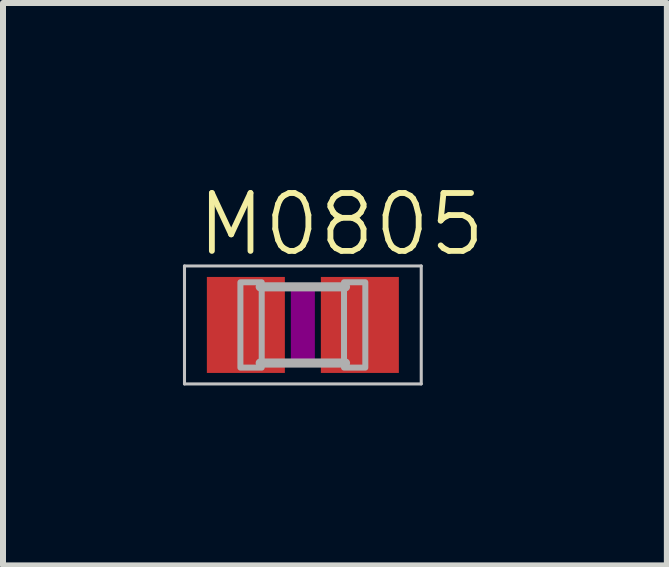
<source format=kicad_pcb>
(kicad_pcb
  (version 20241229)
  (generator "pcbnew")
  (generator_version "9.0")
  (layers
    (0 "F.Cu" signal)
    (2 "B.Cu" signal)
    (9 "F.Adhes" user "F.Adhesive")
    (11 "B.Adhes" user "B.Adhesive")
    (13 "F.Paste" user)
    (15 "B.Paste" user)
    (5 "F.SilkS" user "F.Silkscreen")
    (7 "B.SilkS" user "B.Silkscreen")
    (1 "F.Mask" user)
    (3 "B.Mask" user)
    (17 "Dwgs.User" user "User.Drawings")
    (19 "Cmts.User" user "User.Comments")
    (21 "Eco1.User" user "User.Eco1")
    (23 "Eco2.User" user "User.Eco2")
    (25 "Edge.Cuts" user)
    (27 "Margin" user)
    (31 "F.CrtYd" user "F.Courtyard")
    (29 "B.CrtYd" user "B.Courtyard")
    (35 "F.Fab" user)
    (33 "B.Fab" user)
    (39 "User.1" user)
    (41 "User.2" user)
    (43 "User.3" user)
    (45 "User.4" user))
  (footprint "M0805"
    (layer "F.Cu")
    (at 1.998 2.366)
    (property "Reference" "M0805" (at -1.81 -1.111 0) (layer "F.SilkS") (effects (font (size 0.965 0.965) (thickness 0.097)) (justify left bottom)))
    (attr through_hole)
    (fp_poly (pts (xy -0.2 0.6) (xy 0.2 0.6) (xy 0.2 -0.6) (xy -0.2 -0.6)) (stroke (width 0) (type solid)) (fill yes) (layer "F.Adhes"))
    (fp_line (start -1.973 -0.983) (end 1.973 -0.983) (stroke (width 0.051) (type solid)) (layer "Dwgs.User"))
    (fp_line (start -1.973 0.983) (end -1.973 -0.983) (stroke (width 0.051) (type solid)) (layer "Dwgs.User"))
    (fp_line (start 1.973 -0.983) (end 1.973 0.983) (stroke (width 0.051) (type solid)) (layer "Dwgs.User"))
    (fp_line (start 1.973 0.983) (end -1.973 0.983) (stroke (width 0.051) (type solid)) (layer "Dwgs.User"))
    (fp_line (start 0.711 -0.635) (end -0.711 -0.635) (stroke (width 0.152) (type solid)) (layer "F.Fab"))
    (fp_line (start 0.711 0.635) (end -0.711 0.635) (stroke (width 0.152) (type solid)) (layer "F.Fab"))
    (fp_poly (pts (xy -1.041 0.711) (xy -0.686 0.711) (xy -0.686 -0.711) (xy -1.041 -0.711)) (stroke (width 0.1) (type solid)) (fill no) (layer "F.Fab"))
    (fp_poly (pts (xy 0.686 0.711) (xy 1.041 0.711) (xy 1.041 -0.711) (xy 0.686 -0.711)) (stroke (width 0.1) (type solid)) (fill no) (layer "F.Fab"))
    (pad "1" smd rect (at -0.95 0) (size 1.3 1.6) (layers "F.Cu" "F.Mask" "F.Paste"))
    (pad "2" smd rect (at 0.95 0) (size 1.3 1.6) (layers "F.Cu" "F.Mask" "F.Paste")))
  (gr_rect
    (start -3 -3)
    (end 8.065 6.374)
    (stroke (width 0.1) (type default))
    (fill no)
    (layer "Edge.Cuts")))
</source>
